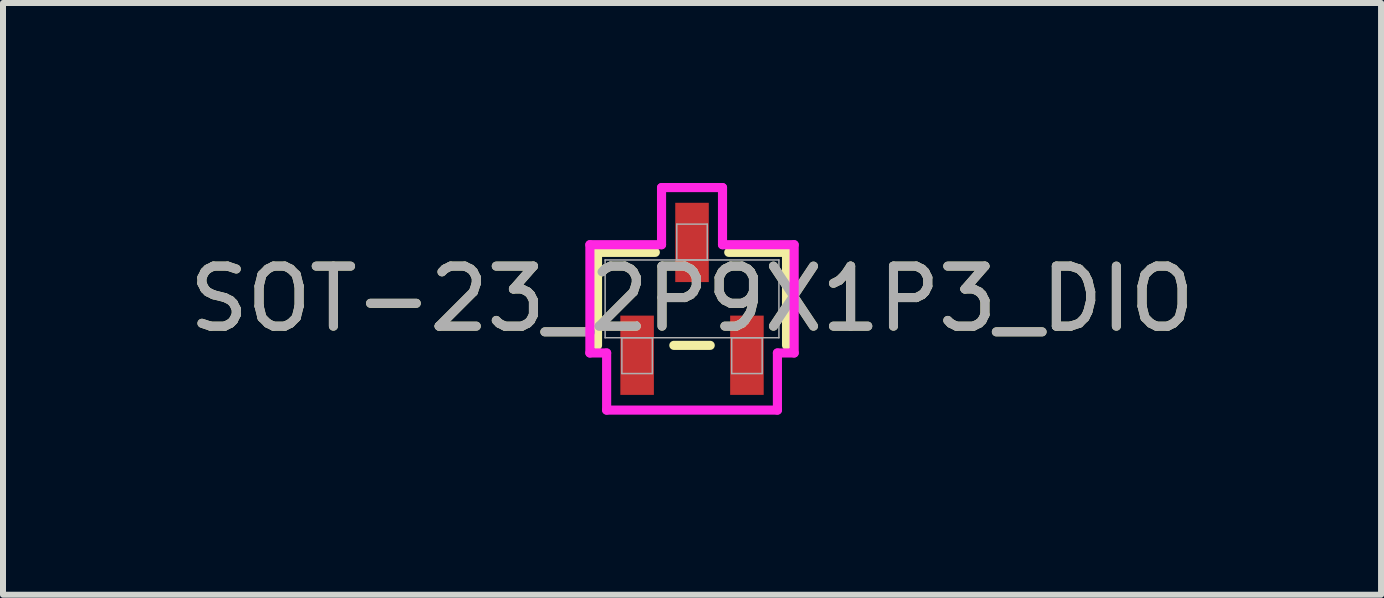
<source format=kicad_pcb>
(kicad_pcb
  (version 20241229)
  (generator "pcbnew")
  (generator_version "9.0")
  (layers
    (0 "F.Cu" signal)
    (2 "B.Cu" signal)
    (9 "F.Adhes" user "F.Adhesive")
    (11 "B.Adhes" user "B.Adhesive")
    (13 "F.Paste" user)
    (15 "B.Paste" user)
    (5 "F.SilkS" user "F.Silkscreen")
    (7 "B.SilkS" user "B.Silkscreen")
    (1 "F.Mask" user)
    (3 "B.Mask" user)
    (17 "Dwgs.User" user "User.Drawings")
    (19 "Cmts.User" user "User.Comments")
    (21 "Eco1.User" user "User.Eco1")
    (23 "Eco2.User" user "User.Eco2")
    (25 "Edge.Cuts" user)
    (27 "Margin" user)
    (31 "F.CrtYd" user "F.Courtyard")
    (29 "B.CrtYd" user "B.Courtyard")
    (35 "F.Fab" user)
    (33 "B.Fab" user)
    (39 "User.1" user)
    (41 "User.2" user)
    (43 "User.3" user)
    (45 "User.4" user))
  (footprint "SOT-23_2P9X1P3_DIO"
    (layer "F.Cu")
    (at 8.482 1.93)
    (property "Reference" "SOT-23_2P9X1P3_DIO" (at 0 0 0) (unlocked yes) (layer "F.SilkS") (effects (font (size 1 1) (thickness 0.15))))
    (attr smd)
    (fp_line (start -1.575 -0.775) (end -1.575 0.775) (stroke (width 0.152) (type solid)) (layer "F.SilkS"))
    (fp_line (start -0.612 -0.775) (end -1.575 -0.775) (stroke (width 0.152) (type solid)) (layer "F.SilkS"))
    (fp_line (start -0.303 0.775) (end 0.303 0.775) (stroke (width 0.152) (type solid)) (layer "F.SilkS"))
    (fp_line (start 1.575 -0.775) (end 0.612 -0.775) (stroke (width 0.152) (type solid)) (layer "F.SilkS"))
    (fp_line (start 1.575 0.775) (end 1.575 -0.775) (stroke (width 0.152) (type solid)) (layer "F.SilkS"))
    (fp_line (start -1.702 -0.902) (end -0.508 -0.902) (stroke (width 0.152) (type solid)) (layer "F.CrtYd"))
    (fp_line (start -1.702 0.902) (end -1.702 -0.902) (stroke (width 0.152) (type solid)) (layer "F.CrtYd"))
    (fp_line (start -1.702 0.902) (end -1.423 0.902) (stroke (width 0.152) (type solid)) (layer "F.CrtYd"))
    (fp_line (start -1.423 0.902) (end -1.423 1.854) (stroke (width 0.152) (type solid)) (layer "F.CrtYd"))
    (fp_line (start -1.423 1.854) (end 1.423 1.854) (stroke (width 0.152) (type solid)) (layer "F.CrtYd"))
    (fp_line (start -0.508 -1.854) (end 0.508 -1.854) (stroke (width 0.152) (type solid)) (layer "F.CrtYd"))
    (fp_line (start -0.508 -0.902) (end -0.508 -1.854) (stroke (width 0.152) (type solid)) (layer "F.CrtYd"))
    (fp_line (start 0.508 -0.902) (end 0.508 -1.854) (stroke (width 0.152) (type solid)) (layer "F.CrtYd"))
    (fp_line (start 1.423 0.902) (end 1.423 1.854) (stroke (width 0.152) (type solid)) (layer "F.CrtYd"))
    (fp_line (start 1.702 -0.902) (end 0.508 -0.902) (stroke (width 0.152) (type solid)) (layer "F.CrtYd"))
    (fp_line (start 1.702 -0.902) (end 1.702 0.902) (stroke (width 0.152) (type solid)) (layer "F.CrtYd"))
    (fp_line (start 1.702 0.902) (end 1.423 0.902) (stroke (width 0.152) (type solid)) (layer "F.CrtYd"))
    (fp_line (start -1.448 -0.648) (end -1.448 0.648) (stroke (width 0.025) (type solid)) (layer "F.Fab"))
    (fp_line (start -1.448 0.648) (end 1.448 0.648) (stroke (width 0.025) (type solid)) (layer "F.Fab"))
    (fp_line (start -1.169 0.648) (end -1.169 1.245) (stroke (width 0.025) (type solid)) (layer "F.Fab"))
    (fp_line (start -1.169 1.245) (end -0.661 1.245) (stroke (width 0.025) (type solid)) (layer "F.Fab"))
    (fp_line (start -0.661 0.648) (end -1.169 0.648) (stroke (width 0.025) (type solid)) (layer "F.Fab"))
    (fp_line (start -0.661 1.245) (end -0.661 0.648) (stroke (width 0.025) (type solid)) (layer "F.Fab"))
    (fp_line (start -0.254 -1.245) (end -0.254 -0.648) (stroke (width 0.025) (type solid)) (layer "F.Fab"))
    (fp_line (start -0.254 -0.648) (end 0.254 -0.648) (stroke (width 0.025) (type solid)) (layer "F.Fab"))
    (fp_line (start 0.254 -1.245) (end -0.254 -1.245) (stroke (width 0.025) (type solid)) (layer "F.Fab"))
    (fp_line (start 0.254 -0.648) (end 0.254 -1.245) (stroke (width 0.025) (type solid)) (layer "F.Fab"))
    (fp_line (start 0.661 0.648) (end 0.661 1.245) (stroke (width 0.025) (type solid)) (layer "F.Fab"))
    (fp_line (start 0.661 1.245) (end 1.169 1.245) (stroke (width 0.025) (type solid)) (layer "F.Fab"))
    (fp_line (start 1.169 0.648) (end 0.661 0.648) (stroke (width 0.025) (type solid)) (layer "F.Fab"))
    (fp_line (start 1.169 1.245) (end 1.169 0.648) (stroke (width 0.025) (type solid)) (layer "F.Fab"))
    (fp_line (start 1.448 -0.648) (end -1.448 -0.648) (stroke (width 0.025) (type solid)) (layer "F.Fab"))
    (fp_line (start 1.448 0.648) (end 1.448 -0.648) (stroke (width 0.025) (type solid)) (layer "F.Fab"))
    (fp_circle (center -0.915 0.394) (end -0.915 0.394) (stroke (width 0.025) (type solid)) (fill no) (layer "F.Fab"))
    (fp_text user "${REFERENCE}" (at 0 0 0) (unlocked yes) (layer "F.Fab") (effects (font (size 1 1) (thickness 0.15))))
    (pad "1" smd rect (at -0.915 0.94) (size 0.559 1.321) (layers "F.Cu" "F.Mask" "F.Paste"))
    (pad "2" smd rect (at 0.915 0.94) (size 0.559 1.321) (layers "F.Cu" "F.Mask" "F.Paste"))
    (pad "3" smd rect (at 0 -0.94) (size 0.559 1.321) (layers "F.Cu" "F.Mask" "F.Paste")))
  (gr_rect
    (start -3 -3)
    (end 19.964 6.861)
    (stroke (width 0.1) (type default))
    (fill no)
    (layer "Edge.Cuts")))
</source>
